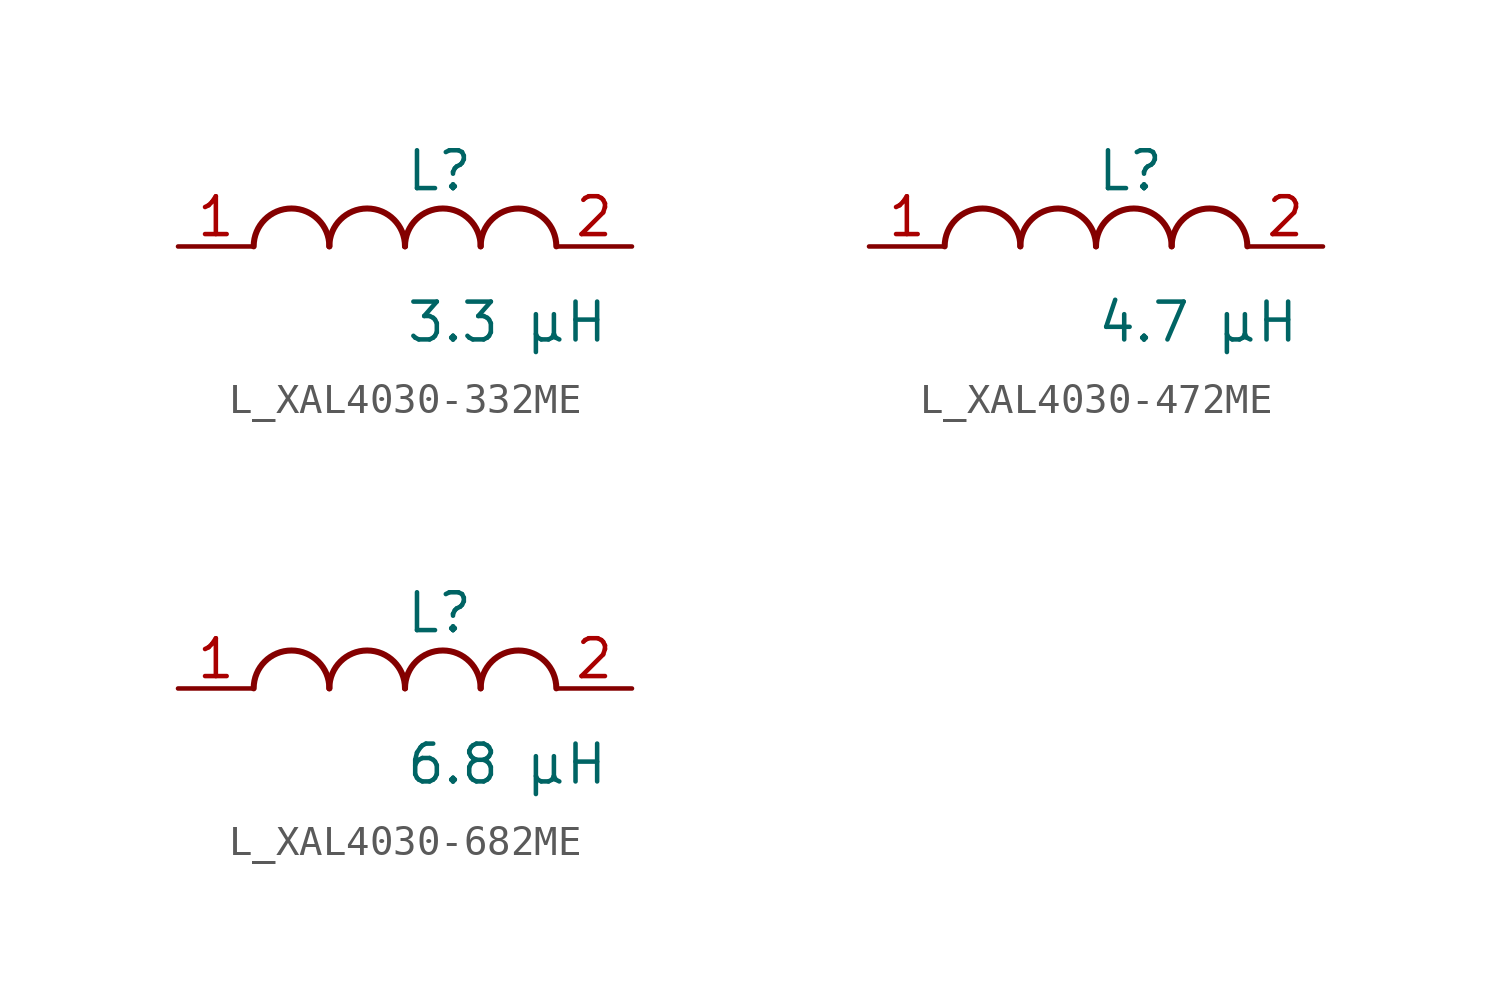
<source format=kicad_sym>
(kicad_symbol_lib
  (version 20231120)
  (generator kicad_symbol_editor)
  (generator_version 8.0)
  (symbol "L_XAL4030-332ME"
    (pin_names
      (offset 0.254))
    (property "Reference" "L"
      (at 0 2.54 0)
      (effects (font (size 1.27 1.27)) (justify left)))
    (property "Value" "3.3 µH"
      (at 0 -2.54 0)
      (effects (font (size 1.27 1.27)) (justify left)))
    (symbol "L_XAL4030-332ME_1_1"
      (arc (start -2.54 0.0056) (mid -3.81 1.27) (end -5.08 0.0056) (stroke (width 0.2032) (type default)) (fill (type none)))
      (arc (start 0 0.0056) (mid -1.27 1.27) (end -2.54 0.0056) (stroke (width 0.2032) (type default)) (fill (type none)))
      (arc (start 2.54 0.0056) (mid 1.27 1.27) (end 0 0.0056) (stroke (width 0.2032) (type default)) (fill (type none)))
      (arc (start 5.08 0.0056) (mid 3.81 1.27) (end 2.54 0.0056) (stroke (width 0.2032) (type default)) (fill (type none)))
      (pin unspecified line (at -7.62 0 0) (length 2.54) (name "" (effects (font (size 1.27 1.27)))) (number "1" (effects (font (size 1.27 1.27)))))
      (pin unspecified line (at 7.62 0 180) (length 2.54) (name "" (effects (font (size 1.27 1.27)))) (number "2" (effects (font (size 1.27 1.27)))))))
  (symbol "L_XAL4030-472ME"
    (pin_names
      (offset 0.254))
    (property "Reference" "L"
      (at 0 2.54 0)
      (effects (font (size 1.27 1.27)) (justify left)))
    (property "Value" "4.7 µH"
      (at 0 -2.54 0)
      (effects (font (size 1.27 1.27)) (justify left)))
    (symbol "L_XAL4030-472ME_1_1"
      (arc (start -2.54 0.0056) (mid -3.81 1.27) (end -5.08 0.0056) (stroke (width 0.2032) (type default)) (fill (type none)))
      (arc (start 0 0.0056) (mid -1.27 1.27) (end -2.54 0.0056) (stroke (width 0.2032) (type default)) (fill (type none)))
      (arc (start 2.54 0.0056) (mid 1.27 1.27) (end 0 0.0056) (stroke (width 0.2032) (type default)) (fill (type none)))
      (arc (start 5.08 0.0056) (mid 3.81 1.27) (end 2.54 0.0056) (stroke (width 0.2032) (type default)) (fill (type none)))
      (pin unspecified line (at -7.62 0 0) (length 2.54) (name "" (effects (font (size 1.27 1.27)))) (number "1" (effects (font (size 1.27 1.27)))))
      (pin unspecified line (at 7.62 0 180) (length 2.54) (name "" (effects (font (size 1.27 1.27)))) (number "2" (effects (font (size 1.27 1.27)))))))
  (symbol "L_XAL4030-682ME"
    (pin_names
      (offset 0.254))
    (property "Reference" "L"
      (at 0 2.54 0)
      (effects (font (size 1.27 1.27)) (justify left)))
    (property "Value" "6.8 µH"
      (at 0 -2.54 0)
      (effects (font (size 1.27 1.27)) (justify left)))
    (symbol "L_XAL4030-682ME_1_1"
      (arc (start -2.54 0.0056) (mid -3.81 1.27) (end -5.08 0.0056) (stroke (width 0.2032) (type default)) (fill (type none)))
      (arc (start 0 0.0056) (mid -1.27 1.27) (end -2.54 0.0056) (stroke (width 0.2032) (type default)) (fill (type none)))
      (arc (start 2.54 0.0056) (mid 1.27 1.27) (end 0 0.0056) (stroke (width 0.2032) (type default)) (fill (type none)))
      (arc (start 5.08 0.0056) (mid 3.81 1.27) (end 2.54 0.0056) (stroke (width 0.2032) (type default)) (fill (type none)))
      (pin unspecified line (at -7.62 0 0) (length 2.54) (name "" (effects (font (size 1.27 1.27)))) (number "1" (effects (font (size 1.27 1.27)))))
      (pin unspecified line (at 7.62 0 180) (length 2.54) (name "" (effects (font (size 1.27 1.27)))) (number "2" (effects (font (size 1.27 1.27))))))))
</source>
